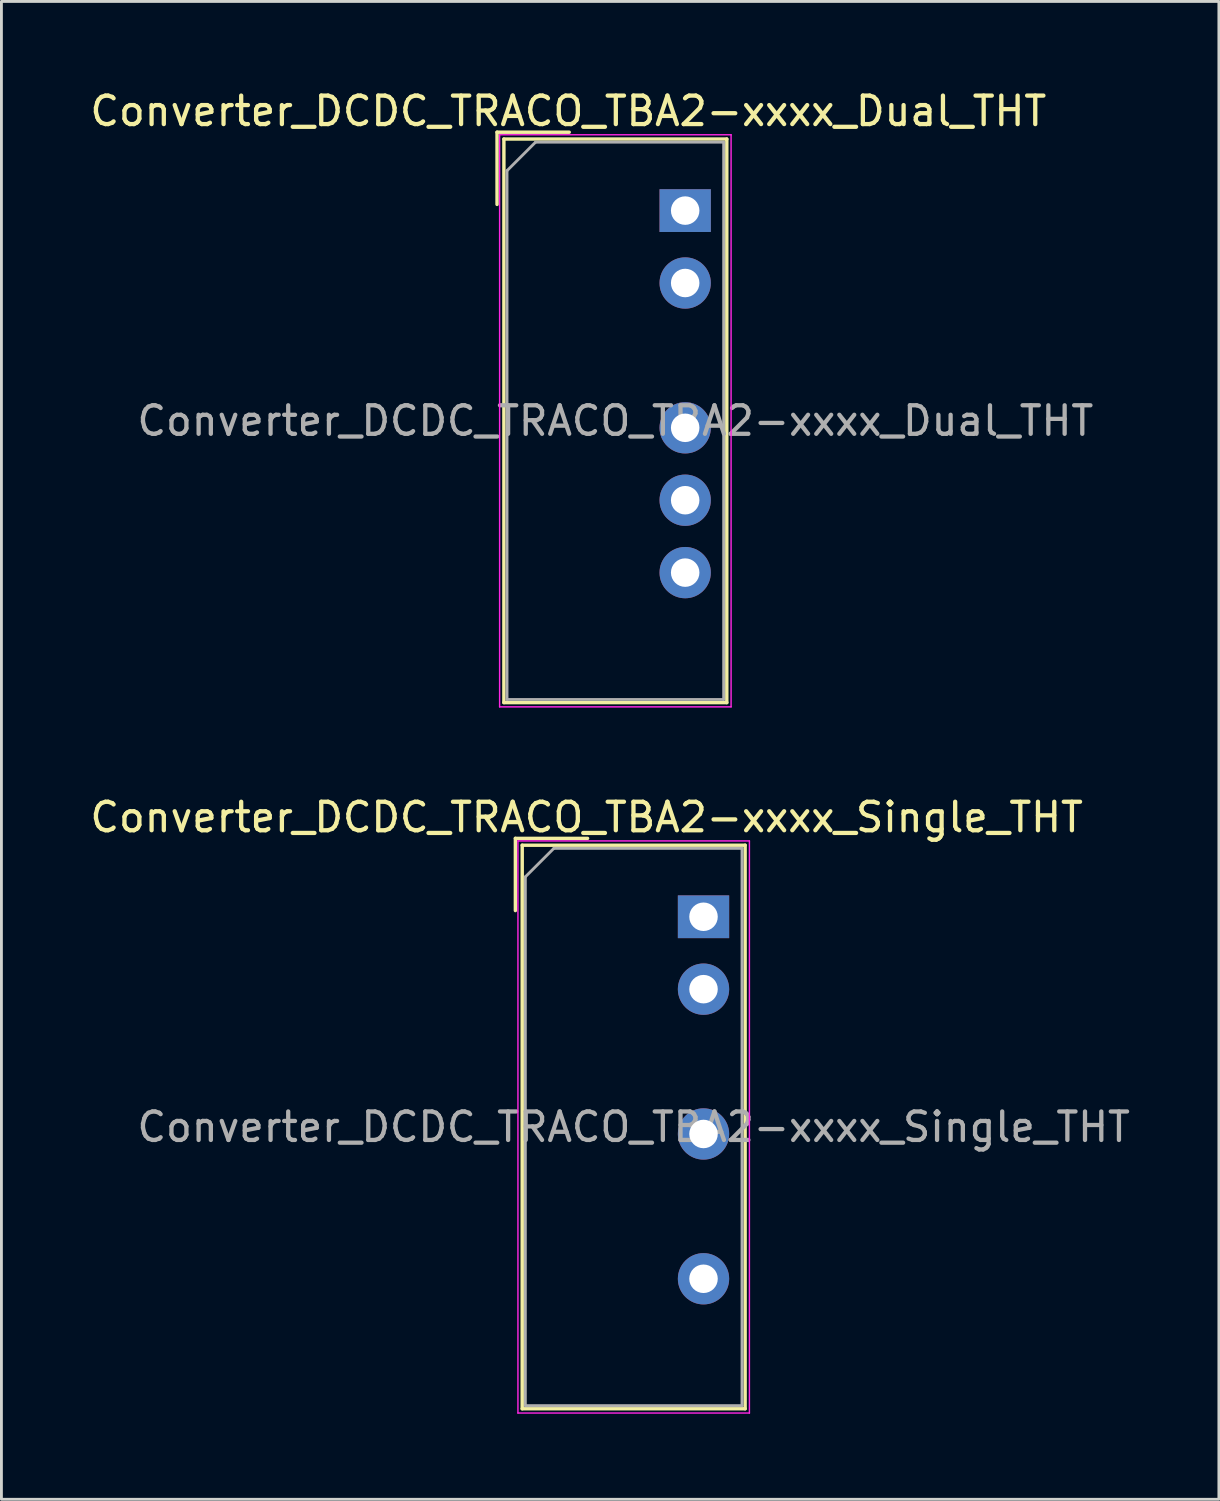
<source format=kicad_pcb>
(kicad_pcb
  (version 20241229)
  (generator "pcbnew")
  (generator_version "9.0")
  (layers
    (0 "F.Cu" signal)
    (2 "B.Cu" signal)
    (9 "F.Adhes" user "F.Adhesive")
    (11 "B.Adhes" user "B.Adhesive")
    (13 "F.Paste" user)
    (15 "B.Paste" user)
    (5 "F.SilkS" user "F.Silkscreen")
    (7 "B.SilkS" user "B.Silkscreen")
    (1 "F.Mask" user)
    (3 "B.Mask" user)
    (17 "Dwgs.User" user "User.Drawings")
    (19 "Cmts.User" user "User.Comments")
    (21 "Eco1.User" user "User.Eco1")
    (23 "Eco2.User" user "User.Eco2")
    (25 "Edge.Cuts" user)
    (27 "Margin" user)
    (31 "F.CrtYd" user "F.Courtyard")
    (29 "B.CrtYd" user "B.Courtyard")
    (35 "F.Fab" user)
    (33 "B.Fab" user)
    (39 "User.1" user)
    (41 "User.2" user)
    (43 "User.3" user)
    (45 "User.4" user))
  (footprint "Converter_DCDC_TRACO_TBA2-xxxx_Single_THT"
    (layer "F.Cu")
    (at 21.63 29.111)
    (property "Reference" "Converter_DCDC_TRACO_TBA2-xxxx_Single_THT" (at -4.1 -3.49 0) (layer "F.SilkS") (effects (font (size 1 1) (thickness 0.15))))
    (attr through_hole)
    (fp_line (start -6.6 -2.75) (end -4.067 -2.75) (stroke (width 0.12) (type solid)) (layer "F.SilkS"))
    (fp_line (start -6.6 -0.217) (end -6.6 -2.75) (stroke (width 0.12) (type solid)) (layer "F.SilkS"))
    (fp_line (start -6.36 -2.51) (end -6.36 17.26) (stroke (width 0.12) (type solid)) (layer "F.SilkS"))
    (fp_line (start -6.36 -2.51) (end 1.46 -2.51) (stroke (width 0.12) (type solid)) (layer "F.SilkS"))
    (fp_line (start -6.36 17.26) (end 1.46 17.26) (stroke (width 0.12) (type solid)) (layer "F.SilkS"))
    (fp_line (start 1.46 -2.51) (end 1.46 17.26) (stroke (width 0.12) (type solid)) (layer "F.SilkS"))
    (fp_line (start -6.51 -2.66) (end -6.51 17.41) (stroke (width 0.05) (type solid)) (layer "F.CrtYd"))
    (fp_line (start -6.51 17.41) (end 1.61 17.41) (stroke (width 0.05) (type solid)) (layer "F.CrtYd"))
    (fp_line (start 1.61 -2.66) (end -6.51 -2.66) (stroke (width 0.05) (type solid)) (layer "F.CrtYd"))
    (fp_line (start 1.61 17.41) (end 1.61 -2.66) (stroke (width 0.05) (type solid)) (layer "F.CrtYd"))
    (fp_line (start -6.25 -1.4) (end -5.25 -2.4) (stroke (width 0.1) (type solid)) (layer "F.Fab"))
    (fp_line (start -6.25 17.15) (end -6.25 -1.4) (stroke (width 0.1) (type solid)) (layer "F.Fab"))
    (fp_line (start -5.25 -2.4) (end 1.35 -2.4) (stroke (width 0.1) (type solid)) (layer "F.Fab"))
    (fp_line (start 1.35 -2.4) (end 1.35 17.15) (stroke (width 0.1) (type solid)) (layer "F.Fab"))
    (fp_line (start 1.35 17.15) (end -6.25 17.15) (stroke (width 0.1) (type solid)) (layer "F.Fab"))
    (fp_text user "${REFERENCE}" (at -2.45 7.375 0) (layer "F.Fab") (effects (font (size 1 1) (thickness 0.15))))
    (pad "1" thru_hole rect (at 0 0) (size 1.8 1.5) (drill 1) (layers "*.Cu" "*.Mask"))
    (pad "2" thru_hole circle (at 0 2.54) (size 1.8 1.8) (drill 1) (layers "*.Cu" "*.Mask"))
    (pad "4" thru_hole circle (at 0 7.62) (size 1.8 1.8) (drill 1) (layers "*.Cu" "*.Mask"))
    (pad "6" thru_hole circle (at 0 12.7) (size 1.8 1.8) (drill 1) (layers "*.Cu" "*.Mask")))
  (footprint "Converter_DCDC_TRACO_TBA2-xxxx_Dual_THT"
    (layer "F.Cu")
    (at 20.987 4.338)
    (property "Reference" "Converter_DCDC_TRACO_TBA2-xxxx_Dual_THT" (at -4.1 -3.49 0) (layer "F.SilkS") (effects (font (size 1 1) (thickness 0.15))))
    (attr through_hole)
    (fp_line (start -6.6 -2.75) (end -4.067 -2.75) (stroke (width 0.12) (type solid)) (layer "F.SilkS"))
    (fp_line (start -6.6 -0.217) (end -6.6 -2.75) (stroke (width 0.12) (type solid)) (layer "F.SilkS"))
    (fp_line (start -6.36 -2.51) (end -6.36 17.26) (stroke (width 0.12) (type solid)) (layer "F.SilkS"))
    (fp_line (start -6.36 -2.51) (end 1.46 -2.51) (stroke (width 0.12) (type solid)) (layer "F.SilkS"))
    (fp_line (start -6.36 17.26) (end 1.46 17.26) (stroke (width 0.12) (type solid)) (layer "F.SilkS"))
    (fp_line (start 1.46 -2.51) (end 1.46 17.26) (stroke (width 0.12) (type solid)) (layer "F.SilkS"))
    (fp_line (start -6.51 -2.66) (end -6.51 17.41) (stroke (width 0.05) (type solid)) (layer "F.CrtYd"))
    (fp_line (start -6.51 17.41) (end 1.61 17.41) (stroke (width 0.05) (type solid)) (layer "F.CrtYd"))
    (fp_line (start 1.61 -2.66) (end -6.51 -2.66) (stroke (width 0.05) (type solid)) (layer "F.CrtYd"))
    (fp_line (start 1.61 17.41) (end 1.61 -2.66) (stroke (width 0.05) (type solid)) (layer "F.CrtYd"))
    (fp_line (start -6.25 -1.4) (end -5.25 -2.4) (stroke (width 0.1) (type solid)) (layer "F.Fab"))
    (fp_line (start -6.25 17.15) (end -6.25 -1.4) (stroke (width 0.1) (type solid)) (layer "F.Fab"))
    (fp_line (start -5.25 -2.4) (end 1.35 -2.4) (stroke (width 0.1) (type solid)) (layer "F.Fab"))
    (fp_line (start 1.35 -2.4) (end 1.35 17.15) (stroke (width 0.1) (type solid)) (layer "F.Fab"))
    (fp_line (start 1.35 17.15) (end -6.25 17.15) (stroke (width 0.1) (type solid)) (layer "F.Fab"))
    (fp_text user "${REFERENCE}" (at -2.45 7.375 0) (layer "F.Fab") (effects (font (size 1 1) (thickness 0.15))))
    (pad "1" thru_hole rect (at 0 0) (size 1.8 1.5) (drill 1) (layers "*.Cu" "*.Mask"))
    (pad "2" thru_hole circle (at 0 2.54) (size 1.8 1.8) (drill 1) (layers "*.Cu" "*.Mask"))
    (pad "4" thru_hole circle (at 0 7.62) (size 1.8 1.8) (drill 1) (layers "*.Cu" "*.Mask"))
    (pad "5" thru_hole circle (at 0 10.16) (size 1.8 1.8) (drill 1) (layers "*.Cu" "*.Mask"))
    (pad "6" thru_hole circle (at 0 12.7) (size 1.8 1.8) (drill 1) (layers "*.Cu" "*.Mask")))
  (gr_rect
    (start -3 -3)
    (end 39.71 49.547)
    (stroke (width 0.1) (type default))
    (fill no)
    (layer "Edge.Cuts")))
</source>
